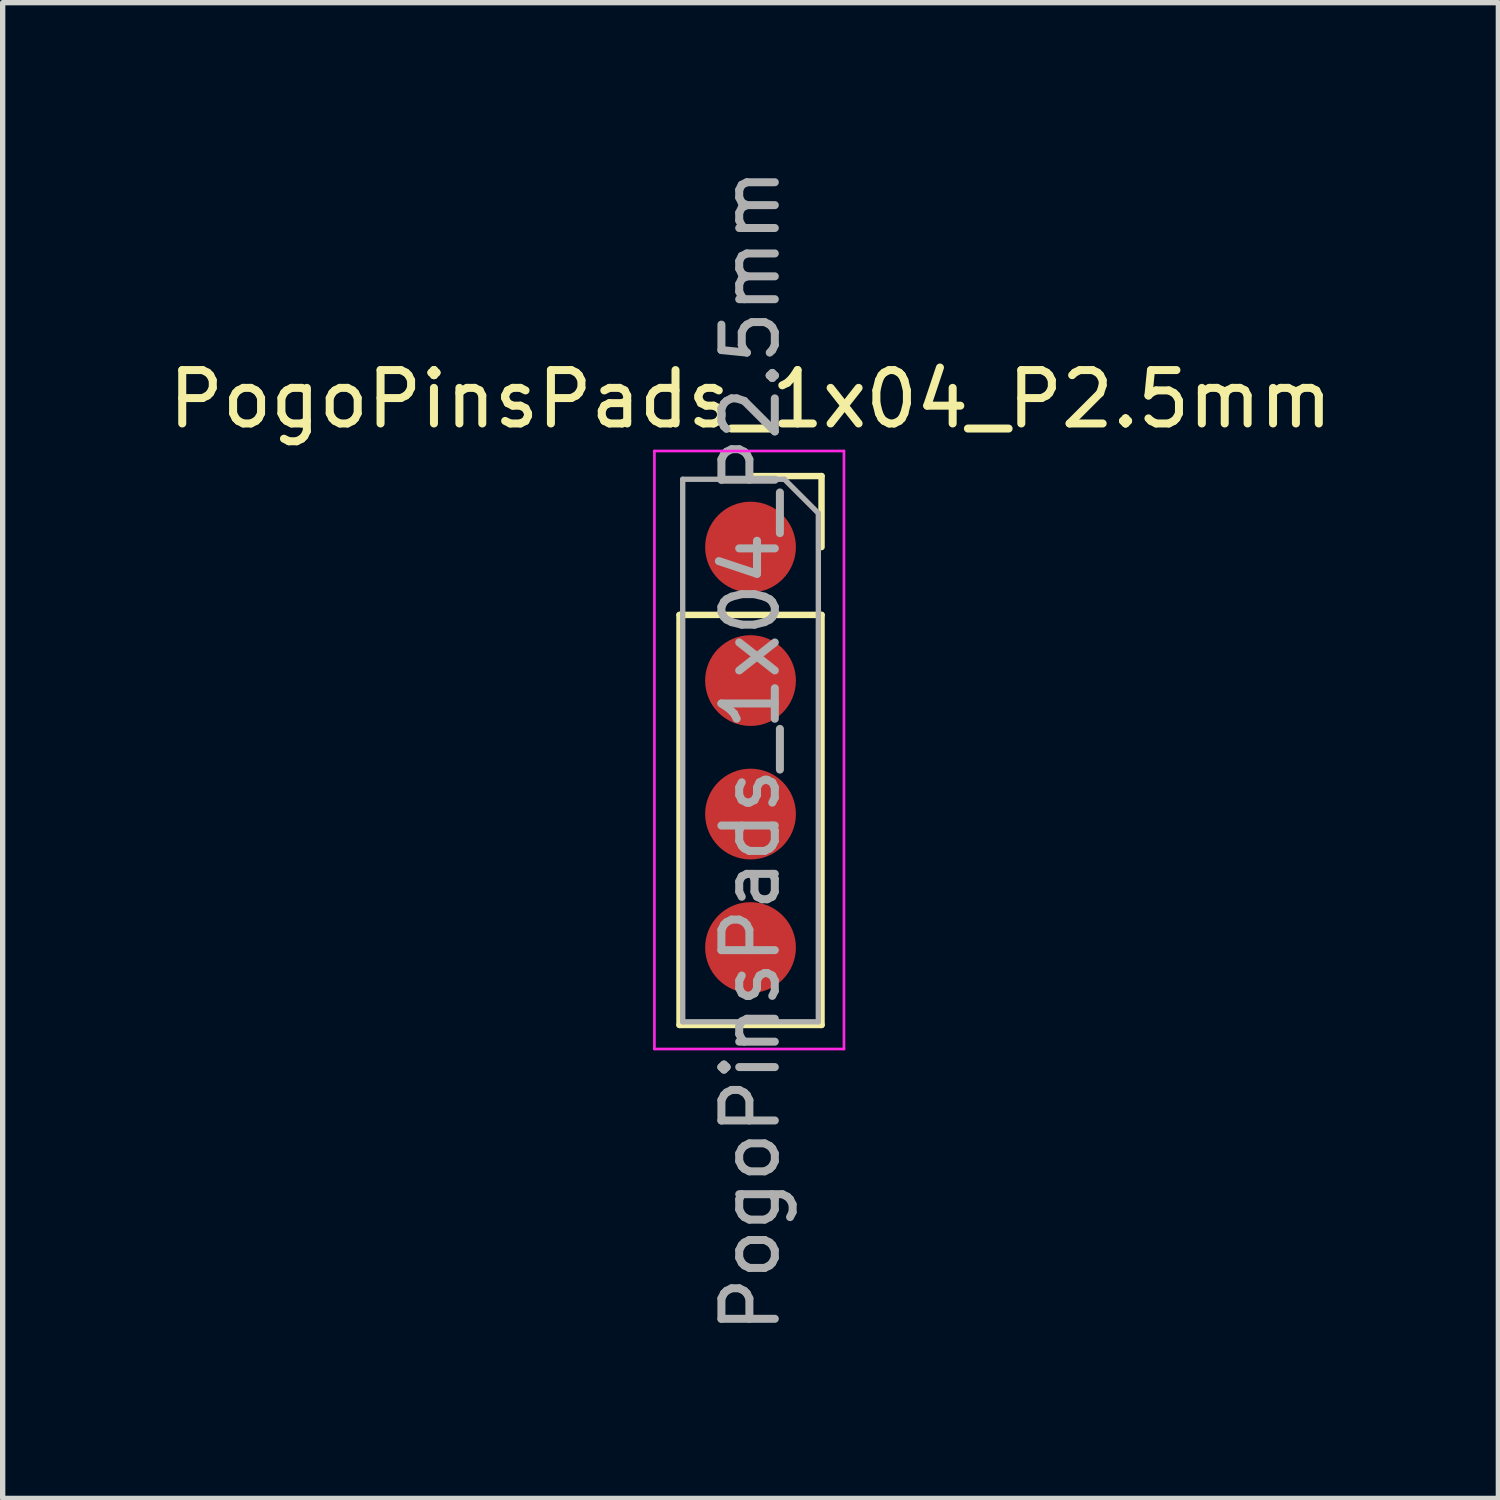
<source format=kicad_pcb>
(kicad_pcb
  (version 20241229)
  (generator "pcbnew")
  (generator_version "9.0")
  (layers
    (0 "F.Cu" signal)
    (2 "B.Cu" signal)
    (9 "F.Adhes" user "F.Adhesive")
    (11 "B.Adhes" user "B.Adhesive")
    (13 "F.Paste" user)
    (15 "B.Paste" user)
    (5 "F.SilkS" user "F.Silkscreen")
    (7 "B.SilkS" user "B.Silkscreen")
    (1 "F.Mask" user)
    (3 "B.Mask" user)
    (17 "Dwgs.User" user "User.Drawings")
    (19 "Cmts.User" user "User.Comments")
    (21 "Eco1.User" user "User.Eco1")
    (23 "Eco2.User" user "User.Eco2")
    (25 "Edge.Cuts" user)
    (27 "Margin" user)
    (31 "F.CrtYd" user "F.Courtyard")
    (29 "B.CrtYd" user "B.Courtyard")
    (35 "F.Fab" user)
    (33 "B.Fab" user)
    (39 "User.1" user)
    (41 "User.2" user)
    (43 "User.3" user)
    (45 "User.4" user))
  (footprint "PogoPinsPads_1x04_P2.5mm"
    (layer "F.Cu")
    (at 11.006 7.196)
    (property "Reference" "PogoPinsPads_1x04_P2.5mm" (at 0 -2.77 180) (layer "F.SilkS") (effects (font (size 1 1) (thickness 0.15))))
    (attr through_hole)
    (fp_line (start -1.33 1.27) (end -1.33 8.95) (stroke (width 0.12) (type solid)) (layer "F.SilkS"))
    (fp_line (start -1.33 1.27) (end 1.33 1.27) (stroke (width 0.12) (type solid)) (layer "F.SilkS"))
    (fp_line (start -1.33 8.95) (end 1.33 8.95) (stroke (width 0.12) (type solid)) (layer "F.SilkS"))
    (fp_line (start 0 -1.33) (end 1.33 -1.33) (stroke (width 0.12) (type solid)) (layer "F.SilkS"))
    (fp_line (start 1.33 -1.33) (end 1.33 0) (stroke (width 0.12) (type solid)) (layer "F.SilkS"))
    (fp_line (start 1.33 1.27) (end 1.33 8.95) (stroke (width 0.12) (type solid)) (layer "F.SilkS"))
    (fp_line (start -1.8 -1.8) (end 1.75 -1.8) (stroke (width 0.05) (type solid)) (layer "F.CrtYd"))
    (fp_line (start -1.8 9.4) (end -1.8 -1.8) (stroke (width 0.05) (type solid)) (layer "F.CrtYd"))
    (fp_line (start 1.75 -1.8) (end 1.75 9.4) (stroke (width 0.05) (type solid)) (layer "F.CrtYd"))
    (fp_line (start 1.75 9.4) (end -1.8 9.4) (stroke (width 0.05) (type solid)) (layer "F.CrtYd"))
    (fp_line (start -1.27 -1.27) (end 0.635 -1.27) (stroke (width 0.1) (type solid)) (layer "F.Fab"))
    (fp_line (start -1.27 8.89) (end -1.27 -1.27) (stroke (width 0.1) (type solid)) (layer "F.Fab"))
    (fp_line (start 0.635 -1.27) (end 1.27 -0.635) (stroke (width 0.1) (type solid)) (layer "F.Fab"))
    (fp_line (start 1.27 -0.635) (end 1.27 8.89) (stroke (width 0.1) (type solid)) (layer "F.Fab"))
    (fp_line (start 1.27 8.89) (end -1.27 8.89) (stroke (width 0.1) (type solid)) (layer "F.Fab"))
    (fp_text user "${REFERENCE}" (at 0 3.81 270) (layer "F.Fab") (effects (font (size 1 1) (thickness 0.15))))
    (pad "1" smd circle (at 0 0) (size 1.7 1.7) (layers "F.Cu" "F.Mask" "F.Paste"))
    (pad "2" smd circle (at 0 2.5) (size 1.7 1.7) (layers "F.Cu" "F.Mask" "F.Paste"))
    (pad "3" smd circle (at 0 5) (size 1.7 1.7) (layers "F.Cu" "F.Mask" "F.Paste"))
    (pad "4" smd circle (at 0 7.5) (size 1.7 1.7) (layers "F.Cu" "F.Mask" "F.Paste")))
  (gr_rect
    (start -3 -3)
    (end 25.012 25.012)
    (stroke (width 0.1) (type default))
    (fill no)
    (layer "Edge.Cuts")))
</source>
